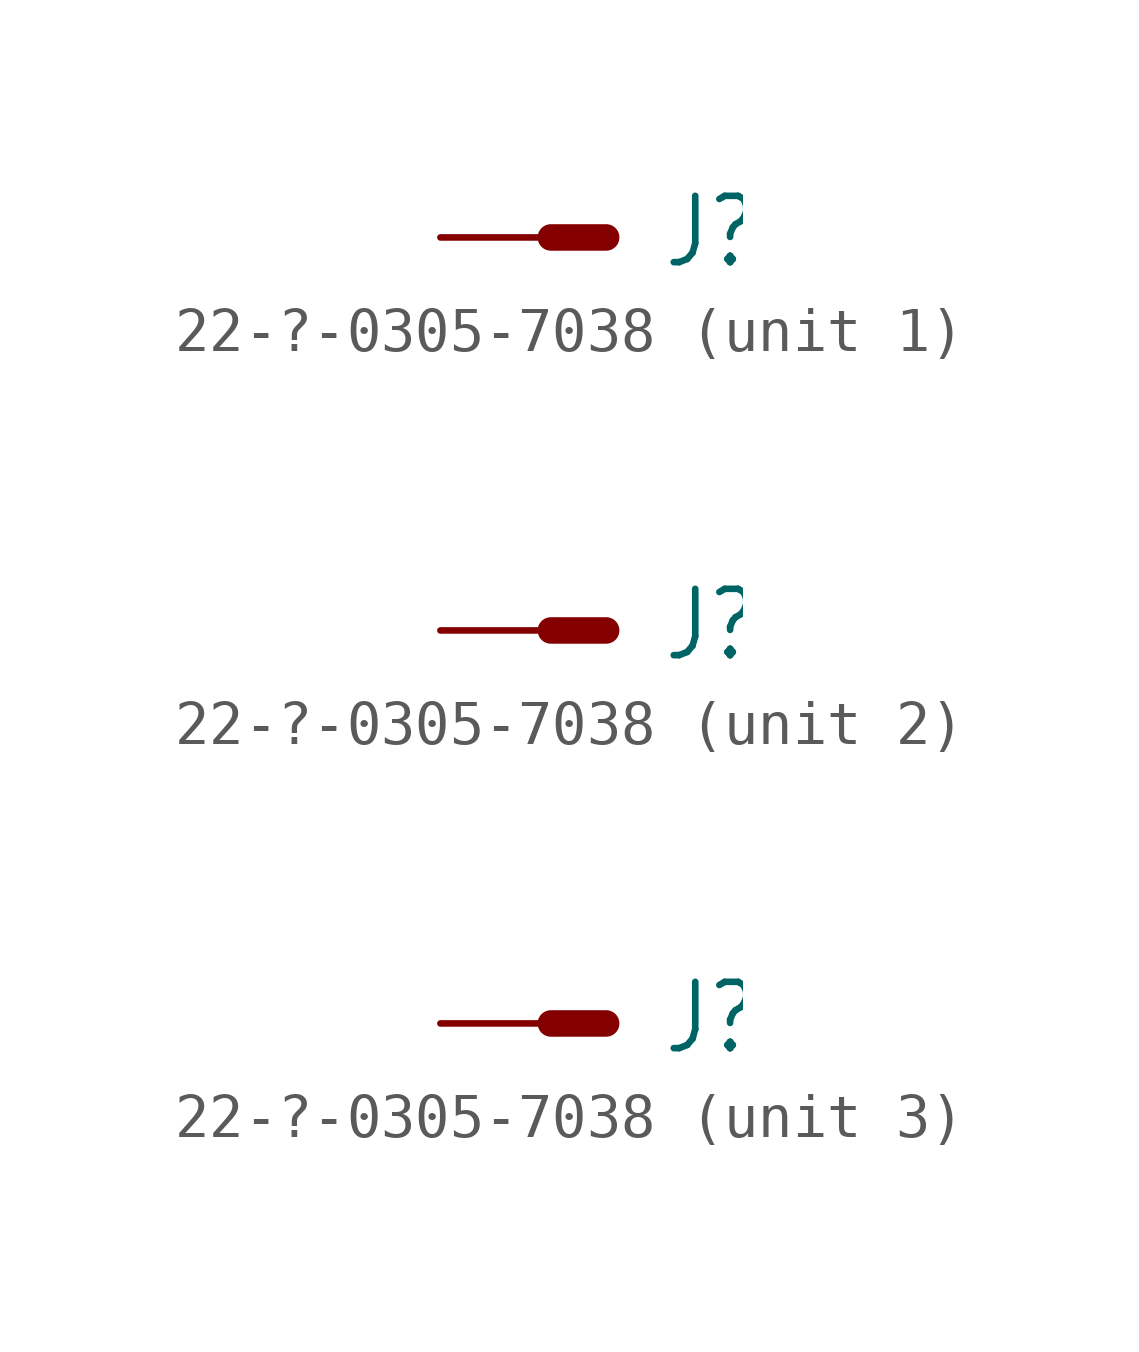
<source format=kicad_sym>
(kicad_symbol_lib
  (version 20220914)
  (generator kicad_symbol_editor)
  (symbol "22-?-0305-7038"
    (property "Reference" "J"
      (at 2.54 -0.762 0)
      (effects (font (size 1.524 1.295)) (justify left bottom)))
    (property "ki_locked" ""
      (at 0 0 0)
      (effects (font (size 1.27 1.27))))
    (symbol "22-?-0305-7038_1_0"
      (polyline (pts (xy 1.27 0) (xy 0 0)) (stroke (width 0.61) (type solid)) (fill (type none)))
      (pin passive line (at -2.54 0 0) (length 2.54) (name "S" (effects (font (size 0 0)))) (number "1" (effects (font (size 0 0))))))
    (symbol "22-?-0305-7038_2_0"
      (polyline (pts (xy 1.27 0) (xy 0 0)) (stroke (width 0.61) (type solid)) (fill (type none)))
      (pin passive line (at -2.54 0 0) (length 2.54) (name "S" (effects (font (size 0 0)))) (number "2" (effects (font (size 0 0))))))
    (symbol "22-?-0305-7038_3_0"
      (polyline (pts (xy 1.27 0) (xy 0 0)) (stroke (width 0.61) (type solid)) (fill (type none)))
      (pin passive line (at -2.54 0 0) (length 2.54) (name "S" (effects (font (size 0 0)))) (number "3" (effects (font (size 0 0))))))))
</source>
